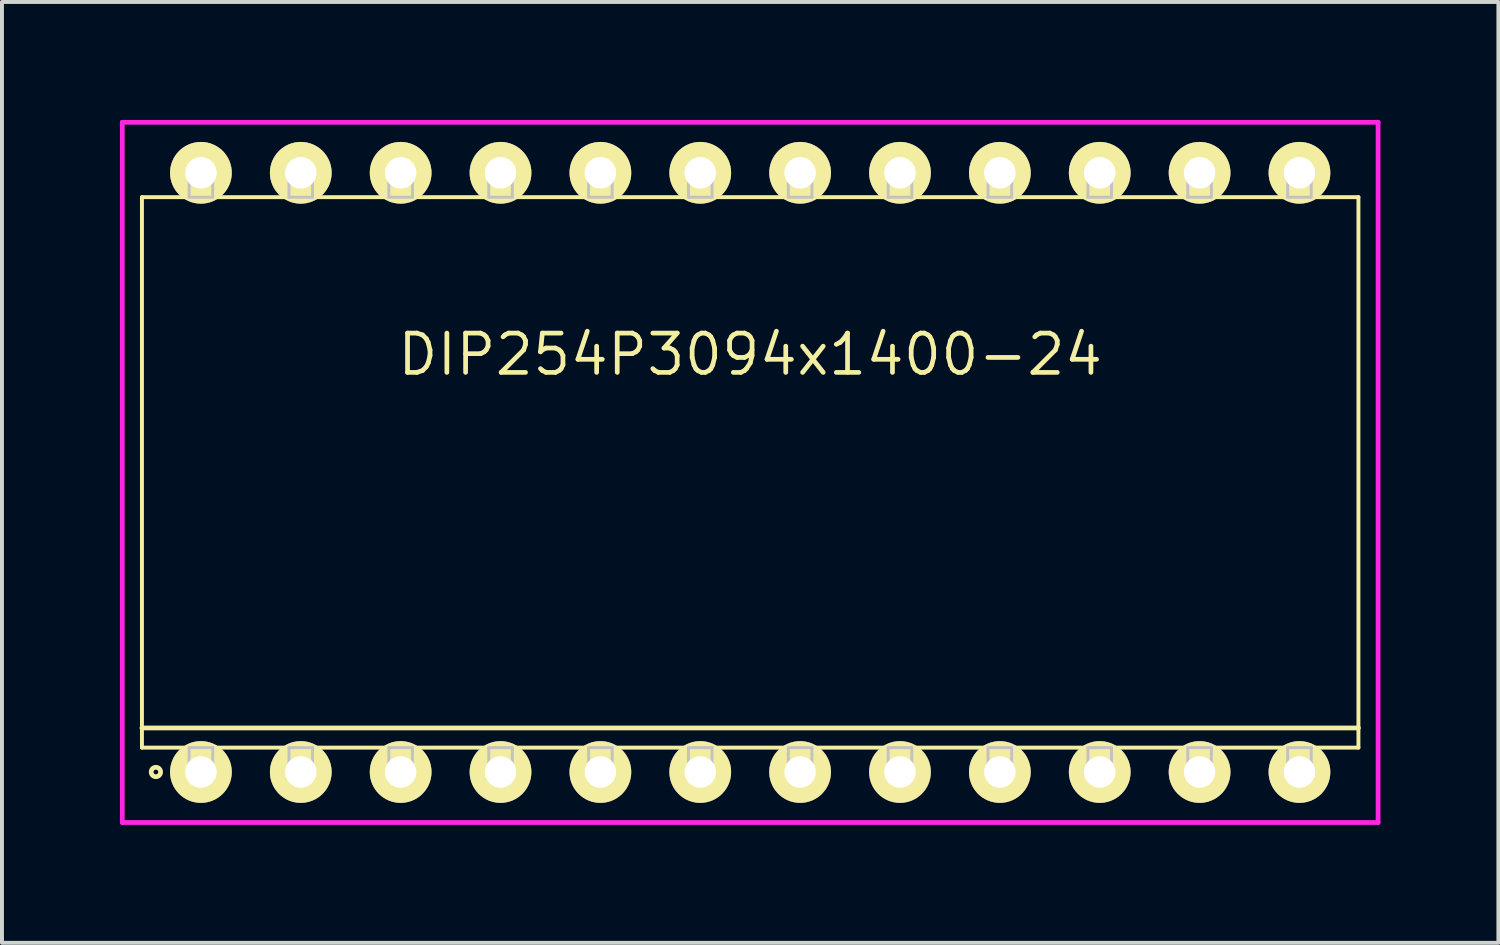
<source format=kicad_pcb>
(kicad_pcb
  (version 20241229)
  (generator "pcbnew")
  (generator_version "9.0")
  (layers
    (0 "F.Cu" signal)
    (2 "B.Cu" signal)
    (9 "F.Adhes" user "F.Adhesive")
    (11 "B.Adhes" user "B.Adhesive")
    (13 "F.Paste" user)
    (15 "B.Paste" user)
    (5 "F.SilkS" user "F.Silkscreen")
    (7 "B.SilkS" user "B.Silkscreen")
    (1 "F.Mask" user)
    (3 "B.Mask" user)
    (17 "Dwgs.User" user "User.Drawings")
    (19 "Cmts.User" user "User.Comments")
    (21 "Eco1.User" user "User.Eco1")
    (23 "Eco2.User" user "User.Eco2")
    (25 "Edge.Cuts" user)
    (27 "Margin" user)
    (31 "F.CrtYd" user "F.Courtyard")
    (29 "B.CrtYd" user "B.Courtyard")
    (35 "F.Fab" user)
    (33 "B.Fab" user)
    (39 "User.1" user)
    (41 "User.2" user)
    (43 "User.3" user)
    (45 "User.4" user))
  (footprint "DIP254P3094x1400-24"
    (layer "F.Cu")
    (at 16.03 8.965)
    (property "Reference" "DIP254P3094x1400-24" (at 0 -3 0) (layer "F.SilkS") (effects (font (size 1 1) (thickness 0.12))))
    (attr through_hole)
    (fp_line (start -15.47 -7) (end -15.47 7) (stroke (width 0.1) (type solid)) (layer "F.SilkS"))
    (fp_line (start -15.47 6.5) (end 15.47 6.5) (stroke (width 0.12) (type solid)) (layer "F.SilkS"))
    (fp_line (start -15.47 7) (end 15.47 7) (stroke (width 0.1) (type solid)) (layer "F.SilkS"))
    (fp_line (start 15.47 -7) (end -15.47 -7) (stroke (width 0.1) (type solid)) (layer "F.SilkS"))
    (fp_line (start 15.47 7) (end 15.47 -7) (stroke (width 0.1) (type solid)) (layer "F.SilkS"))
    (fp_circle (center -15.115 7.62) (end -14.995 7.62) (stroke (width 0.12) (type solid)) (fill no) (layer "F.SilkS"))
    (fp_line (start -14.27 -7.62) (end -14.27 -7) (stroke (width 0.075) (type solid)) (layer "Dwgs.User"))
    (fp_line (start -14.27 -7) (end -13.67 -7) (stroke (width 0.075) (type solid)) (layer "Dwgs.User"))
    (fp_line (start -14.27 7) (end -13.67 7) (stroke (width 0.075) (type solid)) (layer "Dwgs.User"))
    (fp_line (start -14.27 7.62) (end -14.27 7) (stroke (width 0.075) (type solid)) (layer "Dwgs.User"))
    (fp_line (start -13.67 -7.62) (end -14.27 -7.62) (stroke (width 0.075) (type solid)) (layer "Dwgs.User"))
    (fp_line (start -13.67 -7) (end -13.67 -7.62) (stroke (width 0.075) (type solid)) (layer "Dwgs.User"))
    (fp_line (start -13.67 7) (end -13.67 7.62) (stroke (width 0.075) (type solid)) (layer "Dwgs.User"))
    (fp_line (start -13.67 7.62) (end -14.27 7.62) (stroke (width 0.075) (type solid)) (layer "Dwgs.User"))
    (fp_line (start -11.73 -7.62) (end -11.73 -7) (stroke (width 0.075) (type solid)) (layer "Dwgs.User"))
    (fp_line (start -11.73 -7) (end -11.13 -7) (stroke (width 0.075) (type solid)) (layer "Dwgs.User"))
    (fp_line (start -11.73 7) (end -11.13 7) (stroke (width 0.075) (type solid)) (layer "Dwgs.User"))
    (fp_line (start -11.73 7.62) (end -11.73 7) (stroke (width 0.075) (type solid)) (layer "Dwgs.User"))
    (fp_line (start -11.13 -7.62) (end -11.73 -7.62) (stroke (width 0.075) (type solid)) (layer "Dwgs.User"))
    (fp_line (start -11.13 -7) (end -11.13 -7.62) (stroke (width 0.075) (type solid)) (layer "Dwgs.User"))
    (fp_line (start -11.13 7) (end -11.13 7.62) (stroke (width 0.075) (type solid)) (layer "Dwgs.User"))
    (fp_line (start -11.13 7.62) (end -11.73 7.62) (stroke (width 0.075) (type solid)) (layer "Dwgs.User"))
    (fp_line (start -9.19 -7.62) (end -9.19 -7) (stroke (width 0.075) (type solid)) (layer "Dwgs.User"))
    (fp_line (start -9.19 -7) (end -8.59 -7) (stroke (width 0.075) (type solid)) (layer "Dwgs.User"))
    (fp_line (start -9.19 7) (end -8.59 7) (stroke (width 0.075) (type solid)) (layer "Dwgs.User"))
    (fp_line (start -9.19 7.62) (end -9.19 7) (stroke (width 0.075) (type solid)) (layer "Dwgs.User"))
    (fp_line (start -8.59 -7.62) (end -9.19 -7.62) (stroke (width 0.075) (type solid)) (layer "Dwgs.User"))
    (fp_line (start -8.59 -7) (end -8.59 -7.62) (stroke (width 0.075) (type solid)) (layer "Dwgs.User"))
    (fp_line (start -8.59 7) (end -8.59 7.62) (stroke (width 0.075) (type solid)) (layer "Dwgs.User"))
    (fp_line (start -8.59 7.62) (end -9.19 7.62) (stroke (width 0.075) (type solid)) (layer "Dwgs.User"))
    (fp_line (start -6.65 -7.62) (end -6.65 -7) (stroke (width 0.075) (type solid)) (layer "Dwgs.User"))
    (fp_line (start -6.65 -7) (end -6.05 -7) (stroke (width 0.075) (type solid)) (layer "Dwgs.User"))
    (fp_line (start -6.65 7) (end -6.05 7) (stroke (width 0.075) (type solid)) (layer "Dwgs.User"))
    (fp_line (start -6.65 7.62) (end -6.65 7) (stroke (width 0.075) (type solid)) (layer "Dwgs.User"))
    (fp_line (start -6.05 -7.62) (end -6.65 -7.62) (stroke (width 0.075) (type solid)) (layer "Dwgs.User"))
    (fp_line (start -6.05 -7) (end -6.05 -7.62) (stroke (width 0.075) (type solid)) (layer "Dwgs.User"))
    (fp_line (start -6.05 7) (end -6.05 7.62) (stroke (width 0.075) (type solid)) (layer "Dwgs.User"))
    (fp_line (start -6.05 7.62) (end -6.65 7.62) (stroke (width 0.075) (type solid)) (layer "Dwgs.User"))
    (fp_line (start -4.11 -7.62) (end -4.11 -7) (stroke (width 0.075) (type solid)) (layer "Dwgs.User"))
    (fp_line (start -4.11 -7) (end -3.51 -7) (stroke (width 0.075) (type solid)) (layer "Dwgs.User"))
    (fp_line (start -4.11 7) (end -3.51 7) (stroke (width 0.075) (type solid)) (layer "Dwgs.User"))
    (fp_line (start -4.11 7.62) (end -4.11 7) (stroke (width 0.075) (type solid)) (layer "Dwgs.User"))
    (fp_line (start -3.51 -7.62) (end -4.11 -7.62) (stroke (width 0.075) (type solid)) (layer "Dwgs.User"))
    (fp_line (start -3.51 -7) (end -3.51 -7.62) (stroke (width 0.075) (type solid)) (layer "Dwgs.User"))
    (fp_line (start -3.51 7) (end -3.51 7.62) (stroke (width 0.075) (type solid)) (layer "Dwgs.User"))
    (fp_line (start -3.51 7.62) (end -4.11 7.62) (stroke (width 0.075) (type solid)) (layer "Dwgs.User"))
    (fp_line (start -1.57 -7.62) (end -1.57 -7) (stroke (width 0.075) (type solid)) (layer "Dwgs.User"))
    (fp_line (start -1.57 -7) (end -0.97 -7) (stroke (width 0.075) (type solid)) (layer "Dwgs.User"))
    (fp_line (start -1.57 7) (end -0.97 7) (stroke (width 0.075) (type solid)) (layer "Dwgs.User"))
    (fp_line (start -1.57 7.62) (end -1.57 7) (stroke (width 0.075) (type solid)) (layer "Dwgs.User"))
    (fp_line (start -0.97 -7.62) (end -1.57 -7.62) (stroke (width 0.075) (type solid)) (layer "Dwgs.User"))
    (fp_line (start -0.97 -7) (end -0.97 -7.62) (stroke (width 0.075) (type solid)) (layer "Dwgs.User"))
    (fp_line (start -0.97 7) (end -0.97 7.62) (stroke (width 0.075) (type solid)) (layer "Dwgs.User"))
    (fp_line (start -0.97 7.62) (end -1.57 7.62) (stroke (width 0.075) (type solid)) (layer "Dwgs.User"))
    (fp_line (start 0.97 -7.62) (end 0.97 -7) (stroke (width 0.075) (type solid)) (layer "Dwgs.User"))
    (fp_line (start 0.97 -7) (end 1.57 -7) (stroke (width 0.075) (type solid)) (layer "Dwgs.User"))
    (fp_line (start 0.97 7) (end 1.57 7) (stroke (width 0.075) (type solid)) (layer "Dwgs.User"))
    (fp_line (start 0.97 7.62) (end 0.97 7) (stroke (width 0.075) (type solid)) (layer "Dwgs.User"))
    (fp_line (start 1.57 -7.62) (end 0.97 -7.62) (stroke (width 0.075) (type solid)) (layer "Dwgs.User"))
    (fp_line (start 1.57 -7) (end 1.57 -7.62) (stroke (width 0.075) (type solid)) (layer "Dwgs.User"))
    (fp_line (start 1.57 7) (end 1.57 7.62) (stroke (width 0.075) (type solid)) (layer "Dwgs.User"))
    (fp_line (start 1.57 7.62) (end 0.97 7.62) (stroke (width 0.075) (type solid)) (layer "Dwgs.User"))
    (fp_line (start 3.51 -7.62) (end 3.51 -7) (stroke (width 0.075) (type solid)) (layer "Dwgs.User"))
    (fp_line (start 3.51 -7) (end 4.11 -7) (stroke (width 0.075) (type solid)) (layer "Dwgs.User"))
    (fp_line (start 3.51 7) (end 4.11 7) (stroke (width 0.075) (type solid)) (layer "Dwgs.User"))
    (fp_line (start 3.51 7.62) (end 3.51 7) (stroke (width 0.075) (type solid)) (layer "Dwgs.User"))
    (fp_line (start 4.11 -7.62) (end 3.51 -7.62) (stroke (width 0.075) (type solid)) (layer "Dwgs.User"))
    (fp_line (start 4.11 -7) (end 4.11 -7.62) (stroke (width 0.075) (type solid)) (layer "Dwgs.User"))
    (fp_line (start 4.11 7) (end 4.11 7.62) (stroke (width 0.075) (type solid)) (layer "Dwgs.User"))
    (fp_line (start 4.11 7.62) (end 3.51 7.62) (stroke (width 0.075) (type solid)) (layer "Dwgs.User"))
    (fp_line (start 6.05 -7.62) (end 6.05 -7) (stroke (width 0.075) (type solid)) (layer "Dwgs.User"))
    (fp_line (start 6.05 -7) (end 6.65 -7) (stroke (width 0.075) (type solid)) (layer "Dwgs.User"))
    (fp_line (start 6.05 7) (end 6.65 7) (stroke (width 0.075) (type solid)) (layer "Dwgs.User"))
    (fp_line (start 6.05 7.62) (end 6.05 7) (stroke (width 0.075) (type solid)) (layer "Dwgs.User"))
    (fp_line (start 6.65 -7.62) (end 6.05 -7.62) (stroke (width 0.075) (type solid)) (layer "Dwgs.User"))
    (fp_line (start 6.65 -7) (end 6.65 -7.62) (stroke (width 0.075) (type solid)) (layer "Dwgs.User"))
    (fp_line (start 6.65 7) (end 6.65 7.62) (stroke (width 0.075) (type solid)) (layer "Dwgs.User"))
    (fp_line (start 6.65 7.62) (end 6.05 7.62) (stroke (width 0.075) (type solid)) (layer "Dwgs.User"))
    (fp_line (start 8.59 -7.62) (end 8.59 -7) (stroke (width 0.075) (type solid)) (layer "Dwgs.User"))
    (fp_line (start 8.59 -7) (end 9.19 -7) (stroke (width 0.075) (type solid)) (layer "Dwgs.User"))
    (fp_line (start 8.59 7) (end 9.19 7) (stroke (width 0.075) (type solid)) (layer "Dwgs.User"))
    (fp_line (start 8.59 7.62) (end 8.59 7) (stroke (width 0.075) (type solid)) (layer "Dwgs.User"))
    (fp_line (start 9.19 -7.62) (end 8.59 -7.62) (stroke (width 0.075) (type solid)) (layer "Dwgs.User"))
    (fp_line (start 9.19 -7) (end 9.19 -7.62) (stroke (width 0.075) (type solid)) (layer "Dwgs.User"))
    (fp_line (start 9.19 7) (end 9.19 7.62) (stroke (width 0.075) (type solid)) (layer "Dwgs.User"))
    (fp_line (start 9.19 7.62) (end 8.59 7.62) (stroke (width 0.075) (type solid)) (layer "Dwgs.User"))
    (fp_line (start 11.13 -7.62) (end 11.13 -7) (stroke (width 0.075) (type solid)) (layer "Dwgs.User"))
    (fp_line (start 11.13 -7) (end 11.73 -7) (stroke (width 0.075) (type solid)) (layer "Dwgs.User"))
    (fp_line (start 11.13 7) (end 11.73 7) (stroke (width 0.075) (type solid)) (layer "Dwgs.User"))
    (fp_line (start 11.13 7.62) (end 11.13 7) (stroke (width 0.075) (type solid)) (layer "Dwgs.User"))
    (fp_line (start 11.73 -7.62) (end 11.13 -7.62) (stroke (width 0.075) (type solid)) (layer "Dwgs.User"))
    (fp_line (start 11.73 -7) (end 11.73 -7.62) (stroke (width 0.075) (type solid)) (layer "Dwgs.User"))
    (fp_line (start 11.73 7) (end 11.73 7.62) (stroke (width 0.075) (type solid)) (layer "Dwgs.User"))
    (fp_line (start 11.73 7.62) (end 11.13 7.62) (stroke (width 0.075) (type solid)) (layer "Dwgs.User"))
    (fp_line (start 13.67 -7.62) (end 13.67 -7) (stroke (width 0.075) (type solid)) (layer "Dwgs.User"))
    (fp_line (start 13.67 -7) (end 14.27 -7) (stroke (width 0.075) (type solid)) (layer "Dwgs.User"))
    (fp_line (start 13.67 7) (end 14.27 7) (stroke (width 0.075) (type solid)) (layer "Dwgs.User"))
    (fp_line (start 13.67 7.62) (end 13.67 7) (stroke (width 0.075) (type solid)) (layer "Dwgs.User"))
    (fp_line (start 14.27 -7.62) (end 13.67 -7.62) (stroke (width 0.075) (type solid)) (layer "Dwgs.User"))
    (fp_line (start 14.27 -7) (end 14.27 -7.62) (stroke (width 0.075) (type solid)) (layer "Dwgs.User"))
    (fp_line (start 14.27 7) (end 14.27 7.62) (stroke (width 0.075) (type solid)) (layer "Dwgs.User"))
    (fp_line (start 14.27 7.62) (end 13.67 7.62) (stroke (width 0.075) (type solid)) (layer "Dwgs.User"))
    (fp_line (start -0.75 0) (end 0.75 0) (stroke (width 0.12) (type solid)) (layer "Eco1.User"))
    (fp_line (start 0 -0.75) (end 0 0.75) (stroke (width 0.12) (type solid)) (layer "Eco1.User"))
    (fp_circle (center 0 0) (end 0.5 0) (stroke (width 0.12) (type solid)) (fill no) (layer "Eco1.User"))
    (fp_line (start -15.97 -8.905) (end -15.97 8.905) (stroke (width 0.12) (type solid)) (layer "F.CrtYd"))
    (fp_line (start -15.97 8.905) (end 15.97 8.905) (stroke (width 0.12) (type solid)) (layer "F.CrtYd"))
    (fp_line (start 15.97 -8.905) (end -15.97 -8.905) (stroke (width 0.12) (type solid)) (layer "F.CrtYd"))
    (fp_line (start 15.97 8.905) (end 15.97 -8.905) (stroke (width 0.12) (type solid)) (layer "F.CrtYd"))
    (pad "1" thru_hole oval (at -13.97 7.62) (size 1.57 1.57) (drill 0.8) (layers "*.Cu" "*.Mask" "F.SilkS"))
    (pad "2" thru_hole oval (at -11.43 7.62) (size 1.57 1.57) (drill 0.8) (layers "*.Cu" "*.Mask" "F.SilkS"))
    (pad "3" thru_hole oval (at -8.89 7.62) (size 1.57 1.57) (drill 0.8) (layers "*.Cu" "*.Mask" "F.SilkS"))
    (pad "4" thru_hole oval (at -6.35 7.62) (size 1.57 1.57) (drill 0.8) (layers "*.Cu" "*.Mask" "F.SilkS"))
    (pad "5" thru_hole oval (at -3.81 7.62) (size 1.57 1.57) (drill 0.8) (layers "*.Cu" "*.Mask" "F.SilkS"))
    (pad "6" thru_hole oval (at -1.27 7.62) (size 1.57 1.57) (drill 0.8) (layers "*.Cu" "*.Mask" "F.SilkS"))
    (pad "7" thru_hole oval (at 1.27 7.62) (size 1.57 1.57) (drill 0.8) (layers "*.Cu" "*.Mask" "F.SilkS"))
    (pad "8" thru_hole oval (at 3.81 7.62) (size 1.57 1.57) (drill 0.8) (layers "*.Cu" "*.Mask" "F.SilkS"))
    (pad "9" thru_hole oval (at 6.35 7.62) (size 1.57 1.57) (drill 0.8) (layers "*.Cu" "*.Mask" "F.SilkS"))
    (pad "10" thru_hole oval (at 8.89 7.62) (size 1.57 1.57) (drill 0.8) (layers "*.Cu" "*.Mask" "F.SilkS"))
    (pad "11" thru_hole oval (at 11.43 7.62) (size 1.57 1.57) (drill 0.8) (layers "*.Cu" "*.Mask" "F.SilkS"))
    (pad "12" thru_hole oval (at 13.97 7.62) (size 1.57 1.57) (drill 0.8) (layers "*.Cu" "*.Mask" "F.SilkS"))
    (pad "13" thru_hole oval (at 13.97 -7.62) (size 1.57 1.57) (drill 0.8) (layers "*.Cu" "*.Mask" "F.SilkS"))
    (pad "14" thru_hole oval (at 11.43 -7.62) (size 1.57 1.57) (drill 0.8) (layers "*.Cu" "*.Mask" "F.SilkS"))
    (pad "15" thru_hole oval (at 8.89 -7.62) (size 1.57 1.57) (drill 0.8) (layers "*.Cu" "*.Mask" "F.SilkS"))
    (pad "16" thru_hole oval (at 6.35 -7.62) (size 1.57 1.57) (drill 0.8) (layers "*.Cu" "*.Mask" "F.SilkS"))
    (pad "17" thru_hole oval (at 3.81 -7.62) (size 1.57 1.57) (drill 0.8) (layers "*.Cu" "*.Mask" "F.SilkS"))
    (pad "18" thru_hole oval (at 1.27 -7.62) (size 1.57 1.57) (drill 0.8) (layers "*.Cu" "*.Mask" "F.SilkS"))
    (pad "19" thru_hole oval (at -1.27 -7.62) (size 1.57 1.57) (drill 0.8) (layers "*.Cu" "*.Mask" "F.SilkS"))
    (pad "20" thru_hole oval (at -3.81 -7.62) (size 1.57 1.57) (drill 0.8) (layers "*.Cu" "*.Mask" "F.SilkS"))
    (pad "21" thru_hole oval (at -6.35 -7.62) (size 1.57 1.57) (drill 0.8) (layers "*.Cu" "*.Mask" "F.SilkS"))
    (pad "22" thru_hole oval (at -8.89 -7.62) (size 1.57 1.57) (drill 0.8) (layers "*.Cu" "*.Mask" "F.SilkS"))
    (pad "23" thru_hole oval (at -11.43 -7.62) (size 1.57 1.57) (drill 0.8) (layers "*.Cu" "*.Mask" "F.SilkS"))
    (pad "24" thru_hole oval (at -13.97 -7.62) (size 1.57 1.57) (drill 0.8) (layers "*.Cu" "*.Mask" "F.SilkS")))
  (gr_rect
    (start -3 -3)
    (end 35.06 20.93)
    (stroke (width 0.1) (type default))
    (fill no)
    (layer "Edge.Cuts")))
</source>
